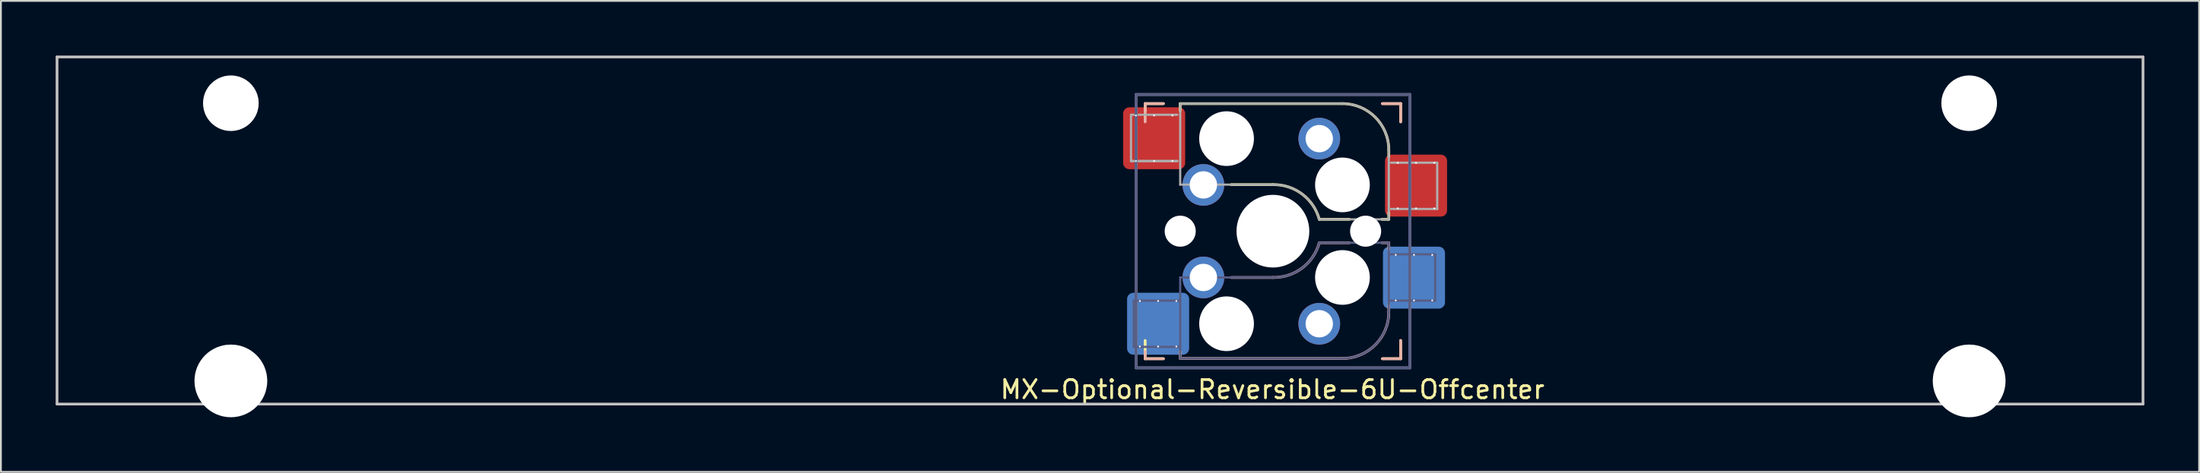
<source format=kicad_pcb>
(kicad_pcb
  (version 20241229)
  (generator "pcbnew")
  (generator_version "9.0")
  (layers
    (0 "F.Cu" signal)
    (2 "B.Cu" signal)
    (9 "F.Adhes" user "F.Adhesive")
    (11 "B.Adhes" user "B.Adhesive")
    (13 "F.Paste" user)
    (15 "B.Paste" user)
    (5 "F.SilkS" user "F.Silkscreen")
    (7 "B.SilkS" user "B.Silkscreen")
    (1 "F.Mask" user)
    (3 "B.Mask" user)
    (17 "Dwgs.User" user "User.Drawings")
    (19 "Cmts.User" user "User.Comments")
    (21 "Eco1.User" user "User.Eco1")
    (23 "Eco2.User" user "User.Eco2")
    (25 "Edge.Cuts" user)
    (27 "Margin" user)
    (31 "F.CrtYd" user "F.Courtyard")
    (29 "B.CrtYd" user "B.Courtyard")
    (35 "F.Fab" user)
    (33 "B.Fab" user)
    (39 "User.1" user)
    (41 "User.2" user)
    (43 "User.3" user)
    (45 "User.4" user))
  (footprint "MX-Optional-Reversible-6U-Offcenter"
    (layer "F.Cu")
    (at 66.75 9.6)
    (property "Reference" "MX-Optional-Reversible-6U-Offcenter" (at -0.077 8.726 180) (layer "F.SilkS") (effects (font (size 1 1) (thickness 0.15))))
    (attr smd)
    (fp_rect (start -8.258 -6.062) (end -4.858 -4.062) (stroke (width 0.1) (type solid)) (fill yes) (layer "F.Mask"))
    (fp_rect (start 6.092 -3.462) (end 9.492 -1.462) (stroke (width 0.1) (type solid)) (fill yes) (layer "F.Mask"))
    (fp_rect (start -8.041 4.118) (end -4.641 6.118) (stroke (width 0.1) (type solid)) (fill yes) (layer "B.Mask"))
    (fp_rect (start 5.979 1.588) (end 9.379 3.588) (stroke (width 0.1) (type solid)) (fill yes) (layer "B.Mask"))
    (fp_line (start -7.051 -6.962) (end -6.051 -6.962) (stroke (width 0.15) (type solid)) (layer "F.SilkS"))
    (fp_line (start -7.051 -6.566) (end -7.051 -6.962) (stroke (width 0.15) (type solid)) (layer "F.SilkS"))
    (fp_line (start -7.051 7.038) (end -7.051 6.038) (stroke (width 0.15) (type solid)) (layer "F.SilkS"))
    (fp_line (start -6.051 7.038) (end -7.051 7.038) (stroke (width 0.15) (type solid)) (layer "F.SilkS"))
    (fp_line (start -5.131 -6.581) (end -5.131 -6.962) (stroke (width 0.15) (type solid)) (layer "F.SilkS"))
    (fp_line (start -2.337 -2.517) (end -0.051 -2.517) (stroke (width 0.15) (type solid)) (layer "F.SilkS"))
    (fp_line (start 2.489 -0.612) (end 4.14 -0.612) (stroke (width 0.15) (type solid)) (layer "F.SilkS"))
    (fp_line (start 3.759 -6.962) (end -5.131 -6.962) (stroke (width 0.15) (type solid)) (layer "F.SilkS"))
    (fp_line (start 5.918 -0.612) (end 6.299 -0.612) (stroke (width 0.15) (type solid)) (layer "F.SilkS"))
    (fp_line (start 5.949 -6.962) (end 6.949 -6.962) (stroke (width 0.15) (type solid)) (layer "F.SilkS"))
    (fp_line (start 6.299 -4.041) (end 6.299 -4.422) (stroke (width 0.15) (type solid)) (layer "F.SilkS"))
    (fp_line (start 6.299 -0.612) (end 6.299 -0.993) (stroke (width 0.15) (type solid)) (layer "F.SilkS"))
    (fp_line (start 6.949 -6.962) (end 6.949 -5.962) (stroke (width 0.15) (type solid)) (layer "F.SilkS"))
    (fp_line (start 6.949 6.038) (end 6.949 7.038) (stroke (width 0.15) (type solid)) (layer "F.SilkS"))
    (fp_line (start 6.949 7.038) (end 5.949 7.038) (stroke (width 0.15) (type solid)) (layer "F.SilkS"))
    (fp_arc (start -0.05085 -2.51696) (mid 1.54712 -2.001754) (end 2.48915 -0.61196) (stroke (width 0.15) (type solid)) (layer "F.SilkS"))
    (fp_arc (start 3.75915 -6.96196) (mid 5.555201 -6.218011) (end 6.29915 -4.42196) (stroke (width 0.15) (type solid)) (layer "F.SilkS"))
    (fp_line (start -7.051 -6.962) (end -6.051 -6.962) (stroke (width 0.15) (type solid)) (layer "B.SilkS"))
    (fp_line (start -7.051 -5.962) (end -7.051 -6.962) (stroke (width 0.15) (type solid)) (layer "B.SilkS"))
    (fp_line (start -7.051 7.038) (end -7.051 6.642) (stroke (width 0.15) (type solid)) (layer "B.SilkS"))
    (fp_line (start -6.051 7.038) (end -7.051 7.038) (stroke (width 0.15) (type solid)) (layer "B.SilkS"))
    (fp_line (start -5.131 7.023) (end -5.131 6.642) (stroke (width 0.15) (type solid)) (layer "B.SilkS"))
    (fp_line (start -5.131 7.023) (end 3.759 7.023) (stroke (width 0.15) (type solid)) (layer "B.SilkS"))
    (fp_line (start -0.051 2.578) (end -2.337 2.578) (stroke (width 0.15) (type solid)) (layer "B.SilkS"))
    (fp_line (start 4.14 0.673) (end 2.489 0.673) (stroke (width 0.15) (type solid)) (layer "B.SilkS"))
    (fp_line (start 5.949 -6.962) (end 6.949 -6.962) (stroke (width 0.15) (type solid)) (layer "B.SilkS"))
    (fp_line (start 6.299 0.673) (end 5.918 0.673) (stroke (width 0.15) (type solid)) (layer "B.SilkS"))
    (fp_line (start 6.299 1.054) (end 6.299 0.673) (stroke (width 0.15) (type solid)) (layer "B.SilkS"))
    (fp_line (start 6.299 4.483) (end 6.299 4.102) (stroke (width 0.15) (type solid)) (layer "B.SilkS"))
    (fp_line (start 6.949 -6.962) (end 6.949 -5.962) (stroke (width 0.15) (type solid)) (layer "B.SilkS"))
    (fp_line (start 6.949 6.038) (end 6.949 7.038) (stroke (width 0.15) (type solid)) (layer "B.SilkS"))
    (fp_line (start 6.949 7.038) (end 5.949 7.038) (stroke (width 0.15) (type solid)) (layer "B.SilkS"))
    (fp_arc (start 2.48915 0.67304) (mid 1.547119 2.062831) (end -0.05085 2.57804) (stroke (width 0.15) (type solid)) (layer "B.SilkS"))
    (fp_arc (start 6.29915 4.48304) (mid 5.555201 6.279091) (end 3.75915 7.02304) (stroke (width 0.15) (type solid)) (layer "B.SilkS"))
    (fp_line (start -66.675 -9.525) (end 47.625 -9.525) (stroke (width 0.15) (type solid)) (layer "Dwgs.User"))
    (fp_line (start -66.675 9.525) (end -66.675 -9.525) (stroke (width 0.15) (type solid)) (layer "Dwgs.User"))
    (fp_line (start -66.675 9.525) (end 47.625 9.525) (stroke (width 0.15) (type solid)) (layer "Dwgs.User"))
    (fp_line (start 47.625 9.525) (end 47.625 -9.525) (stroke (width 0.15) (type solid)) (layer "Dwgs.User"))
    (fp_line (start -6.951 6.938) (end -6.951 -6.862) (stroke (width 0.15) (type solid)) (layer "Eco2.User"))
    (fp_line (start -6.951 6.938) (end 6.849 6.938) (stroke (width 0.15) (type solid)) (layer "Eco2.User"))
    (fp_line (start 6.849 -6.862) (end -6.951 -6.862) (stroke (width 0.15) (type solid)) (layer "Eco2.User"))
    (fp_line (start 6.849 -6.862) (end 6.849 6.938) (stroke (width 0.15) (type solid)) (layer "Eco2.User"))
    (fp_line (start -7.671 3.848) (end -7.671 6.388) (stroke (width 0.12) (type solid)) (layer "B.Fab"))
    (fp_line (start -7.671 6.388) (end -5.131 6.388) (stroke (width 0.12) (type solid)) (layer "B.Fab"))
    (fp_line (start -7.551 -7.462) (end 7.449 -7.462) (stroke (width 0.15) (type solid)) (layer "B.Fab"))
    (fp_line (start -7.551 7.538) (end -7.551 -7.462) (stroke (width 0.15) (type solid)) (layer "B.Fab"))
    (fp_line (start -5.131 2.578) (end -5.131 7.023) (stroke (width 0.12) (type solid)) (layer "B.Fab"))
    (fp_line (start -5.131 3.848) (end -7.671 3.848) (stroke (width 0.12) (type solid)) (layer "B.Fab"))
    (fp_line (start -5.131 7.023) (end 3.759 7.023) (stroke (width 0.12) (type solid)) (layer "B.Fab"))
    (fp_line (start -0.051 2.578) (end -5.131 2.578) (stroke (width 0.12) (type solid)) (layer "B.Fab"))
    (fp_line (start 6.299 0.673) (end 2.489 0.673) (stroke (width 0.12) (type solid)) (layer "B.Fab"))
    (fp_line (start 6.299 3.848) (end 8.839 3.848) (stroke (width 0.12) (type solid)) (layer "B.Fab"))
    (fp_line (start 6.299 4.483) (end 6.299 0.673) (stroke (width 0.12) (type solid)) (layer "B.Fab"))
    (fp_line (start 7.449 -7.462) (end 7.449 7.538) (stroke (width 0.15) (type solid)) (layer "B.Fab"))
    (fp_line (start 7.449 7.538) (end -7.551 7.538) (stroke (width 0.15) (type solid)) (layer "B.Fab"))
    (fp_line (start 8.839 1.308) (end 6.299 1.308) (stroke (width 0.12) (type solid)) (layer "B.Fab"))
    (fp_line (start 8.839 3.848) (end 8.839 1.308) (stroke (width 0.12) (type solid)) (layer "B.Fab"))
    (fp_arc (start 2.48915 0.67304) (mid 1.547119 2.062831) (end -0.05085 2.57804) (stroke (width 0.12) (type solid)) (layer "B.Fab"))
    (fp_arc (start 6.29915 4.48304) (mid 5.555201 6.279091) (end 3.75915 7.02304) (stroke (width 0.12) (type solid)) (layer "B.Fab"))
    (fp_line (start -7.828 -6.352) (end -7.828 -3.812) (stroke (width 0.12) (type solid)) (layer "F.Fab"))
    (fp_line (start -7.828 -3.812) (end -5.288 -3.812) (stroke (width 0.12) (type solid)) (layer "F.Fab"))
    (fp_line (start -7.828 -3.812) (end -5.288 -3.812) (stroke (width 0.12) (type solid)) (layer "F.Fab"))
    (fp_line (start -7.551 -7.462) (end 7.449 -7.462) (stroke (width 0.15) (type solid)) (layer "F.Fab"))
    (fp_line (start -7.551 7.538) (end -7.551 -7.462) (stroke (width 0.15) (type solid)) (layer "F.Fab"))
    (fp_line (start -5.288 -6.352) (end -7.828 -6.352) (stroke (width 0.12) (type solid)) (layer "F.Fab"))
    (fp_line (start -5.131 -6.962) (end -5.131 -2.517) (stroke (width 0.12) (type solid)) (layer "F.Fab"))
    (fp_line (start -5.131 -2.517) (end -0.051 -2.517) (stroke (width 0.12) (type solid)) (layer "F.Fab"))
    (fp_line (start 2.489 -0.612) (end 6.299 -0.612) (stroke (width 0.12) (type solid)) (layer "F.Fab"))
    (fp_line (start 3.759 -6.962) (end -5.131 -6.962) (stroke (width 0.12) (type solid)) (layer "F.Fab"))
    (fp_line (start 6.299 -0.612) (end 6.299 -4.422) (stroke (width 0.12) (type solid)) (layer "F.Fab"))
    (fp_line (start 6.412 -1.182) (end 8.952 -1.182) (stroke (width 0.12) (type solid)) (layer "F.Fab"))
    (fp_line (start 7.449 -7.462) (end 7.449 7.538) (stroke (width 0.15) (type solid)) (layer "F.Fab"))
    (fp_line (start 7.449 7.538) (end -7.551 7.538) (stroke (width 0.15) (type solid)) (layer "F.Fab"))
    (fp_line (start 8.952 -3.722) (end 6.412 -3.722) (stroke (width 0.12) (type solid)) (layer "F.Fab"))
    (fp_line (start 8.952 -1.182) (end 8.952 -3.722) (stroke (width 0.12) (type solid)) (layer "F.Fab"))
    (fp_arc (start -0.05085 -2.51696) (mid 1.547122 -2.001755) (end 2.48915 -0.61196) (stroke (width 0.12) (type solid)) (layer "F.Fab"))
    (fp_arc (start 3.75915 -6.96196) (mid 5.555201 -6.218011) (end 6.29915 -4.42196) (stroke (width 0.12) (type solid)) (layer "F.Fab"))
    (pad "" np_thru_hole circle (at -57.15 -6.985) (size 3.048 3.048) (drill 3.048) (layers "*.Cu" "*.Mask"))
    (pad "" np_thru_hole circle (at -57.15 8.255) (size 3.988 3.988) (drill 3.988) (layers "*.Cu" "*.Mask"))
    (pad "" np_thru_hole circle (at -5.131 0.038) (size 1.702 1.702) (drill 1.702) (layers "*.Cu" "*.Mask"))
    (pad "" np_thru_hole circle (at -2.591 -5.042) (size 3 3) (drill 3) (layers "*.Cu" "*.Mask"))
    (pad "" np_thru_hole circle (at -2.591 5.118) (size 3 3) (drill 3) (layers "*.Cu" "*.Mask"))
    (pad "" np_thru_hole circle (at -0.051 0.038) (size 3.988 3.988) (drill 3.988) (layers "*.Cu" "*.Mask"))
    (pad "" np_thru_hole circle (at 3.759 -2.502) (size 3 3) (drill 3) (layers "*.Cu" "*.Mask"))
    (pad "" np_thru_hole circle (at 3.759 2.578) (size 3 3) (drill 3) (layers "*.Cu" "*.Mask"))
    (pad "" np_thru_hole circle (at 5.029 0.038) (size 1.702 1.702) (drill 1.702) (layers "*.Cu" "*.Mask"))
    (pad "" np_thru_hole circle (at 38.1 -6.985) (size 3.048 3.048) (drill 3.048) (layers "*.Cu" "*.Mask"))
    (pad "" np_thru_hole circle (at 38.1 8.255) (size 3.988 3.988) (drill 3.988) (layers "*.Cu" "*.Mask"))
    (pad "1" thru_hole circle (at -7.558 -6.312 270) (size 0.1 0.1) (drill 0.3) (layers "*.Cu" "*.Mask"))
    (pad "1" thru_hole circle (at -7.558 -3.812 270) (size 0.1 0.1) (drill 0.3) (layers "*.Cu" "*.Mask"))
    (pad "1" thru_hole circle (at -7.341 3.868 270) (size 0.1 0.1) (drill 0.3) (layers "*.Cu" "*.Mask"))
    (pad "1" thru_hole circle (at -7.341 6.368 270) (size 0.1 0.1) (drill 0.3) (layers "*.Cu" "*.Mask"))
    (pad "1" thru_hole circle (at -6.558 -6.312 270) (size 0.1 0.1) (drill 0.3) (layers "*.Cu"))
    (pad "1" smd roundrect (at -6.558 -5.062 180) (size 3.4 3.4) (property pad_prop_bga) (layers "F.Cu" "F.Paste") (roundrect_rratio 0.1))
    (pad "1" thru_hole circle (at -6.558 -3.812 270) (size 0.1 0.1) (drill 0.3) (layers "*.Cu" "*.Mask"))
    (pad "1" thru_hole circle (at -6.341 3.868 270) (size 0.1 0.1) (drill 0.3) (layers "*.Cu"))
    (pad "1" smd roundrect (at -6.341 5.118) (size 3.4 3.4) (property pad_prop_bga) (layers "B.Cu" "B.Paste") (roundrect_rratio 0.1))
    (pad "1" thru_hole circle (at -6.341 6.368 270) (size 0.1 0.1) (drill 0.3) (layers "*.Cu" "*.Mask"))
    (pad "1" thru_hole circle (at -5.558 -6.312 270) (size 0.1 0.1) (drill 0.3) (layers "*.Cu"))
    (pad "1" thru_hole circle (at -5.558 -3.812 270) (size 0.1 0.1) (drill 0.3) (layers "*.Cu" "*.Mask"))
    (pad "1" thru_hole circle (at -5.341 3.868 270) (size 0.1 0.1) (drill 0.3) (layers "*.Cu"))
    (pad "1" thru_hole circle (at -5.341 6.368 270) (size 0.1 0.1) (drill 0.3) (layers "*.Cu" "*.Mask"))
    (pad "1" thru_hole circle (at -3.861 -2.502) (size 2.286 2.286) (drill 1.499) (layers "*.Cu" "*.Mask"))
    (pad "1" thru_hole circle (at -3.861 2.578) (size 2.286 2.286) (drill 1.499) (layers "*.Cu" "*.Mask"))
    (pad "2" thru_hole circle (at 2.489 -5.042) (size 2.286 2.286) (drill 1.499) (layers "*.Cu" "*.Mask"))
    (pad "2" thru_hole circle (at 2.489 5.118) (size 2.286 2.286) (drill 1.499) (layers "*.Cu" "*.Mask"))
    (pad "2" thru_hole circle (at 6.679 1.338 270) (size 0.1 0.1) (drill 0.3) (layers "*.Cu" "*.Mask"))
    (pad "2" thru_hole circle (at 6.679 3.838 270) (size 0.1 0.1) (drill 0.3) (layers "*.Cu" "*.Mask"))
    (pad "2" thru_hole circle (at 6.792 -3.712 270) (size 0.1 0.1) (drill 0.3) (layers "*.Cu" "*.Mask"))
    (pad "2" thru_hole circle (at 6.792 -1.212 270) (size 0.1 0.1) (drill 0.3) (layers "*.Cu" "*.Mask"))
    (pad "2" thru_hole circle (at 7.679 1.338 270) (size 0.1 0.1) (drill 0.3) (layers "*.Cu" "*.Mask"))
    (pad "2" smd roundrect (at 7.679 2.588) (size 3.4 3.4) (property pad_prop_bga) (layers "B.Cu" "B.Paste") (roundrect_rratio 0.1))
    (pad "2" thru_hole circle (at 7.679 3.838 270) (size 0.1 0.1) (drill 0.3) (layers "*.Cu"))
    (pad "2" thru_hole circle (at 7.792 -3.712 270) (size 0.1 0.1) (drill 0.3) (layers "*.Cu"))
    (pad "2" smd roundrect (at 7.792 -2.462 180) (size 3.4 3.4) (property pad_prop_bga) (layers "F.Cu" "F.Paste") (roundrect_rratio 0.1))
    (pad "2" thru_hole circle (at 7.792 -1.212 270) (size 0.1 0.1) (drill 0.3) (layers "*.Cu" "*.Mask"))
    (pad "2" thru_hole circle (at 8.679 1.338 270) (size 0.1 0.1) (drill 0.3) (layers "*.Cu" "*.Mask"))
    (pad "2" thru_hole circle (at 8.679 3.838 270) (size 0.1 0.1) (drill 0.3) (layers "*.Cu"))
    (pad "2" thru_hole circle (at 8.792 -3.712 270) (size 0.1 0.1) (drill 0.3) (layers "*.Cu"))
    (pad "2" thru_hole circle (at 8.792 -1.212 270) (size 0.1 0.1) (drill 0.3) (layers "*.Cu" "*.Mask")))
  (gr_rect
    (start -3 -3)
    (end 117.45 22.849)
    (stroke (width 0.1) (type default))
    (fill no)
    (layer "Edge.Cuts")))
</source>
